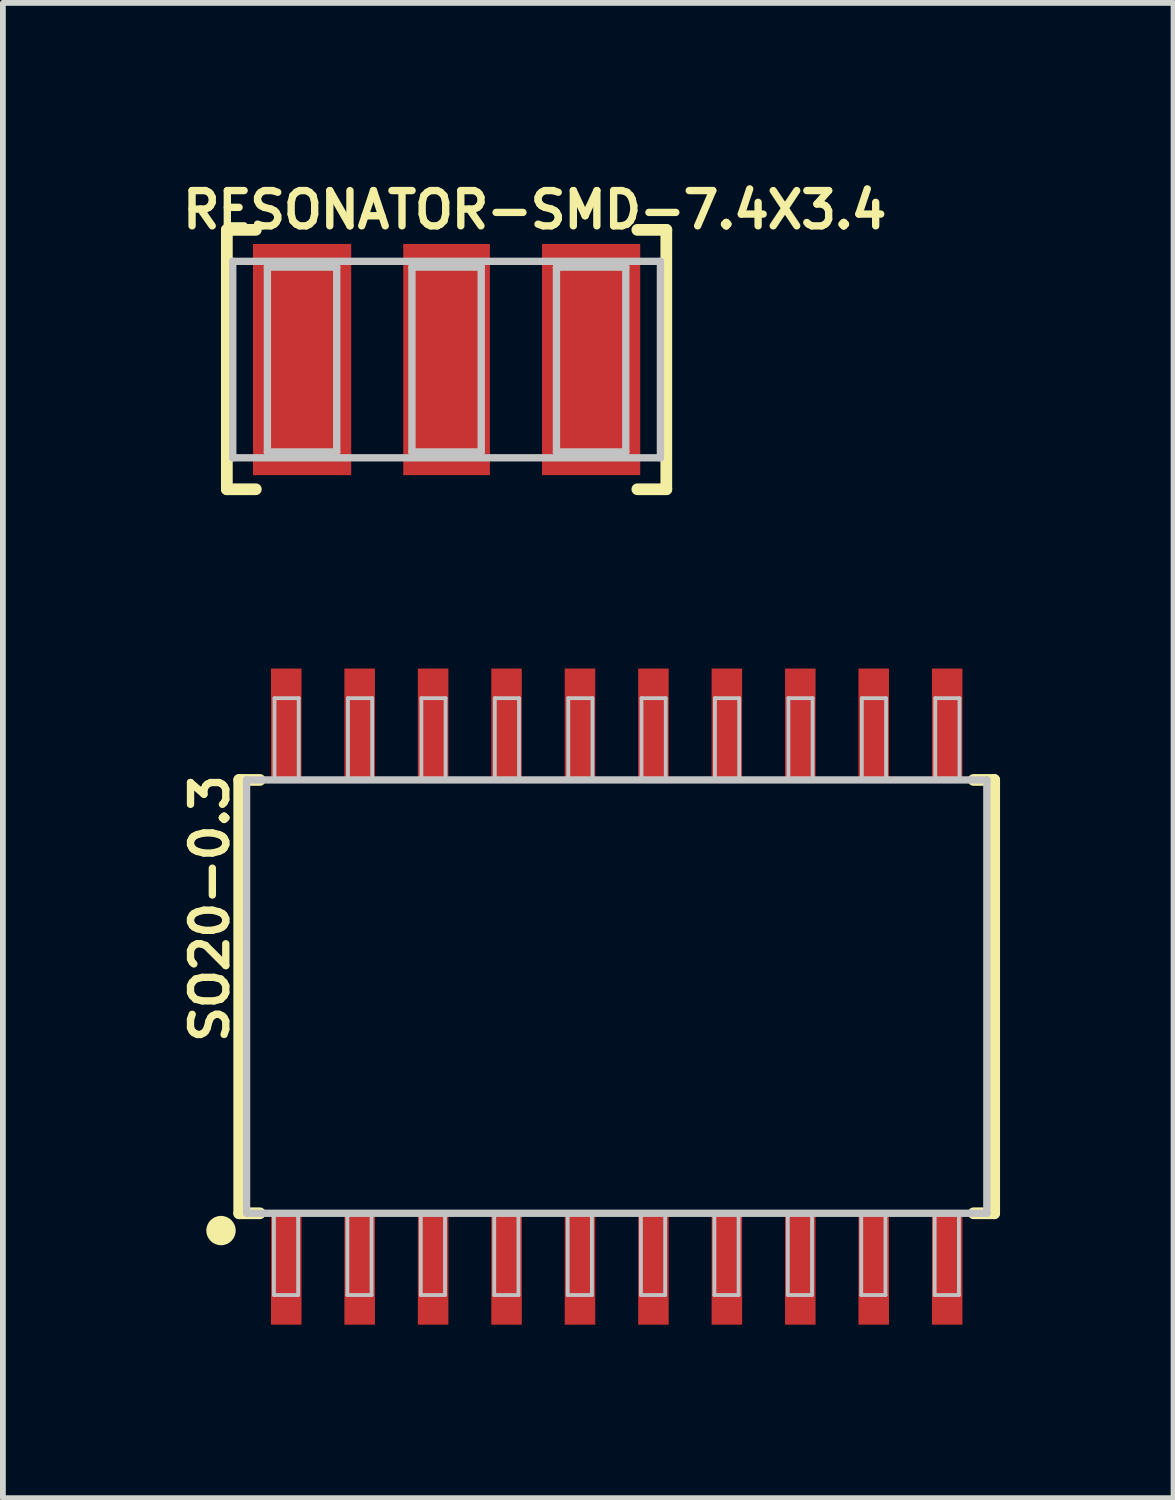
<source format=kicad_pcb>
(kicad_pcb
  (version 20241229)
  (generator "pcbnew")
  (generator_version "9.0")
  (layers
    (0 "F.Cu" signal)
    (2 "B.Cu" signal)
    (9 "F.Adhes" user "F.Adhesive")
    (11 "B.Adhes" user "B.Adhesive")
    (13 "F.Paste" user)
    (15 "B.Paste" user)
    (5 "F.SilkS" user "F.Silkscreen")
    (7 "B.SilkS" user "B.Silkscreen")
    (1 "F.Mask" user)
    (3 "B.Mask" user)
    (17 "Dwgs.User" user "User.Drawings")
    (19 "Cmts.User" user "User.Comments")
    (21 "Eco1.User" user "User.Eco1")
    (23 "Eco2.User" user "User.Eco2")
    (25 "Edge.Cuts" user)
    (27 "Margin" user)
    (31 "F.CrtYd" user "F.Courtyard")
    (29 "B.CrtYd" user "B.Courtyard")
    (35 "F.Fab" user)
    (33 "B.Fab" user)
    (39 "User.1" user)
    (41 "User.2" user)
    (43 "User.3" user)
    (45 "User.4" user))
  (footprint "RESONATOR-SMD-7.4X3.4"
    (layer "F.Cu")
    (at 4.673 3.168)
    (property "Reference" "RESONATOR-SMD-7.4X3.4" (at 1.524 -2.588 0) (layer "F.SilkS") (effects (font (size 0.61 0.61) (thickness 0.127))))
    (attr smd)
    (fp_line (start -3.8 -2.243) (end -3.8 2.243) (stroke (width 0.203) (type solid)) (layer "F.SilkS"))
    (fp_line (start -3.8 2.243) (end -3.299 2.243) (stroke (width 0.203) (type solid)) (layer "F.SilkS"))
    (fp_line (start -3.299 -2.243) (end -3.8 -2.243) (stroke (width 0.203) (type solid)) (layer "F.SilkS"))
    (fp_line (start 3.299 2.243) (end 3.8 2.243) (stroke (width 0.203) (type solid)) (layer "F.SilkS"))
    (fp_line (start 3.8 -2.243) (end 3.299 -2.243) (stroke (width 0.203) (type solid)) (layer "F.SilkS"))
    (fp_line (start 3.8 2.243) (end 3.8 -2.243) (stroke (width 0.203) (type solid)) (layer "F.SilkS"))
    (fp_line (start -3.698 -1.699) (end -3.698 1.699) (stroke (width 0.127) (type solid)) (layer "Dwgs.User"))
    (fp_line (start -3.698 1.699) (end 3.698 1.699) (stroke (width 0.127) (type solid)) (layer "Dwgs.User"))
    (fp_line (start -3.099 -1.598) (end -1.9 -1.598) (stroke (width 0.127) (type solid)) (layer "Dwgs.User"))
    (fp_line (start -3.099 1.598) (end -3.099 -1.598) (stroke (width 0.127) (type solid)) (layer "Dwgs.User"))
    (fp_line (start -1.9 -1.598) (end -1.9 1.598) (stroke (width 0.127) (type solid)) (layer "Dwgs.User"))
    (fp_line (start -1.9 1.598) (end -3.099 1.598) (stroke (width 0.127) (type solid)) (layer "Dwgs.User"))
    (fp_line (start -0.599 -1.598) (end 0.599 -1.598) (stroke (width 0.127) (type solid)) (layer "Dwgs.User"))
    (fp_line (start -0.599 1.598) (end -0.599 -1.598) (stroke (width 0.127) (type solid)) (layer "Dwgs.User"))
    (fp_line (start 0.599 -1.598) (end 0.599 1.598) (stroke (width 0.127) (type solid)) (layer "Dwgs.User"))
    (fp_line (start 0.599 1.598) (end -0.599 1.598) (stroke (width 0.127) (type solid)) (layer "Dwgs.User"))
    (fp_line (start 1.9 -1.598) (end 3.099 -1.598) (stroke (width 0.127) (type solid)) (layer "Dwgs.User"))
    (fp_line (start 1.9 1.598) (end 1.9 -1.598) (stroke (width 0.127) (type solid)) (layer "Dwgs.User"))
    (fp_line (start 3.099 -1.598) (end 3.099 1.598) (stroke (width 0.127) (type solid)) (layer "Dwgs.User"))
    (fp_line (start 3.099 1.598) (end 1.9 1.598) (stroke (width 0.127) (type solid)) (layer "Dwgs.User"))
    (fp_line (start 3.698 -1.699) (end -3.698 -1.699) (stroke (width 0.127) (type solid)) (layer "Dwgs.User"))
    (fp_line (start 3.698 1.699) (end 3.698 -1.699) (stroke (width 0.127) (type solid)) (layer "Dwgs.User"))
    (pad "1" smd rect (at -2.499 0 180) (size 1.699 3.998) (layers "F.Cu" "F.Mask" "F.Paste"))
    (pad "2" smd rect (at 0 0 180) (size 1.499 3.998) (layers "F.Cu" "F.Mask" "F.Paste"))
    (pad "3" smd rect (at 2.499 0 180) (size 1.699 3.998) (layers "F.Cu" "F.Mask" "F.Paste")))
  (footprint "SO20-0.3"
    (layer "F.Cu")
    (at 7.615 14.185)
    (property "Reference" "SO20-0.3" (at -7.036 -1.524 90) (layer "F.SilkS") (effects (font (size 0.61 0.61) (thickness 0.127))))
    (attr smd)
    (fp_line (start -6.528 -3.747) (end -6.528 3.747) (stroke (width 0.203) (type solid)) (layer "F.SilkS"))
    (fp_line (start -6.528 -3.747) (end -6.172 -3.747) (stroke (width 0.203) (type solid)) (layer "F.SilkS"))
    (fp_line (start -6.528 3.747) (end -6.172 3.747) (stroke (width 0.203) (type solid)) (layer "F.SilkS"))
    (fp_line (start 6.528 -3.747) (end 6.172 -3.747) (stroke (width 0.203) (type solid)) (layer "F.SilkS"))
    (fp_line (start 6.528 3.747) (end 6.172 3.747) (stroke (width 0.203) (type solid)) (layer "F.SilkS"))
    (fp_line (start 6.528 3.747) (end 6.528 -3.747) (stroke (width 0.203) (type solid)) (layer "F.SilkS"))
    (fp_circle (center -6.843 4.046) (end -6.843 3.792) (stroke (width 0) (type solid)) (fill yes) (layer "F.SilkS"))
    (fp_line (start -6.401 -3.747) (end -6.401 3.747) (stroke (width 0.127) (type solid)) (layer "Dwgs.User"))
    (fp_line (start -6.401 3.747) (end 6.401 3.747) (stroke (width 0.127) (type solid)) (layer "Dwgs.User"))
    (fp_line (start -5.928 3.747) (end -5.509 3.747) (stroke (width 0.066) (type solid)) (layer "Dwgs.User"))
    (fp_line (start -5.928 5.161) (end -5.928 3.747) (stroke (width 0.066) (type solid)) (layer "Dwgs.User"))
    (fp_line (start -5.928 5.161) (end -5.509 5.161) (stroke (width 0.066) (type solid)) (layer "Dwgs.User"))
    (fp_line (start -5.918 -5.161) (end -5.499 -5.161) (stroke (width 0.066) (type solid)) (layer "Dwgs.User"))
    (fp_line (start -5.918 -3.747) (end -5.918 -5.161) (stroke (width 0.066) (type solid)) (layer "Dwgs.User"))
    (fp_line (start -5.918 -3.747) (end -5.499 -3.747) (stroke (width 0.066) (type solid)) (layer "Dwgs.User"))
    (fp_line (start -5.509 5.161) (end -5.509 3.747) (stroke (width 0.066) (type solid)) (layer "Dwgs.User"))
    (fp_line (start -5.499 -3.747) (end -5.499 -5.161) (stroke (width 0.066) (type solid)) (layer "Dwgs.User"))
    (fp_line (start -4.658 3.747) (end -4.239 3.747) (stroke (width 0.066) (type solid)) (layer "Dwgs.User"))
    (fp_line (start -4.658 5.161) (end -4.658 3.747) (stroke (width 0.066) (type solid)) (layer "Dwgs.User"))
    (fp_line (start -4.658 5.161) (end -4.239 5.161) (stroke (width 0.066) (type solid)) (layer "Dwgs.User"))
    (fp_line (start -4.648 -5.161) (end -4.229 -5.161) (stroke (width 0.066) (type solid)) (layer "Dwgs.User"))
    (fp_line (start -4.648 -3.747) (end -4.648 -5.161) (stroke (width 0.066) (type solid)) (layer "Dwgs.User"))
    (fp_line (start -4.648 -3.747) (end -4.229 -3.747) (stroke (width 0.066) (type solid)) (layer "Dwgs.User"))
    (fp_line (start -4.239 5.161) (end -4.239 3.747) (stroke (width 0.066) (type solid)) (layer "Dwgs.User"))
    (fp_line (start -4.229 -3.747) (end -4.229 -5.161) (stroke (width 0.066) (type solid)) (layer "Dwgs.User"))
    (fp_line (start -3.388 3.747) (end -2.969 3.747) (stroke (width 0.066) (type solid)) (layer "Dwgs.User"))
    (fp_line (start -3.388 5.161) (end -3.388 3.747) (stroke (width 0.066) (type solid)) (layer "Dwgs.User"))
    (fp_line (start -3.388 5.161) (end -2.969 5.161) (stroke (width 0.066) (type solid)) (layer "Dwgs.User"))
    (fp_line (start -3.378 -5.161) (end -2.959 -5.161) (stroke (width 0.066) (type solid)) (layer "Dwgs.User"))
    (fp_line (start -3.378 -3.747) (end -3.378 -5.161) (stroke (width 0.066) (type solid)) (layer "Dwgs.User"))
    (fp_line (start -3.378 -3.747) (end -2.959 -3.747) (stroke (width 0.066) (type solid)) (layer "Dwgs.User"))
    (fp_line (start -2.969 5.161) (end -2.969 3.747) (stroke (width 0.066) (type solid)) (layer "Dwgs.User"))
    (fp_line (start -2.959 -3.747) (end -2.959 -5.161) (stroke (width 0.066) (type solid)) (layer "Dwgs.User"))
    (fp_line (start -2.118 3.747) (end -1.699 3.747) (stroke (width 0.066) (type solid)) (layer "Dwgs.User"))
    (fp_line (start -2.118 5.161) (end -2.118 3.747) (stroke (width 0.066) (type solid)) (layer "Dwgs.User"))
    (fp_line (start -2.118 5.161) (end -1.699 5.161) (stroke (width 0.066) (type solid)) (layer "Dwgs.User"))
    (fp_line (start -2.108 -5.161) (end -1.689 -5.161) (stroke (width 0.066) (type solid)) (layer "Dwgs.User"))
    (fp_line (start -2.108 -3.747) (end -2.108 -5.161) (stroke (width 0.066) (type solid)) (layer "Dwgs.User"))
    (fp_line (start -2.108 -3.747) (end -1.689 -3.747) (stroke (width 0.066) (type solid)) (layer "Dwgs.User"))
    (fp_line (start -1.699 5.161) (end -1.699 3.747) (stroke (width 0.066) (type solid)) (layer "Dwgs.User"))
    (fp_line (start -1.689 -3.747) (end -1.689 -5.161) (stroke (width 0.066) (type solid)) (layer "Dwgs.User"))
    (fp_line (start -0.848 3.747) (end -0.429 3.747) (stroke (width 0.066) (type solid)) (layer "Dwgs.User"))
    (fp_line (start -0.848 5.161) (end -0.848 3.747) (stroke (width 0.066) (type solid)) (layer "Dwgs.User"))
    (fp_line (start -0.848 5.161) (end -0.429 5.161) (stroke (width 0.066) (type solid)) (layer "Dwgs.User"))
    (fp_line (start -0.838 -5.161) (end -0.419 -5.161) (stroke (width 0.066) (type solid)) (layer "Dwgs.User"))
    (fp_line (start -0.838 -3.747) (end -0.838 -5.161) (stroke (width 0.066) (type solid)) (layer "Dwgs.User"))
    (fp_line (start -0.838 -3.747) (end -0.419 -3.747) (stroke (width 0.066) (type solid)) (layer "Dwgs.User"))
    (fp_line (start -0.429 5.161) (end -0.429 3.747) (stroke (width 0.066) (type solid)) (layer "Dwgs.User"))
    (fp_line (start -0.419 -3.747) (end -0.419 -5.161) (stroke (width 0.066) (type solid)) (layer "Dwgs.User"))
    (fp_line (start 0.419 3.747) (end 0.838 3.747) (stroke (width 0.066) (type solid)) (layer "Dwgs.User"))
    (fp_line (start 0.419 5.161) (end 0.419 3.747) (stroke (width 0.066) (type solid)) (layer "Dwgs.User"))
    (fp_line (start 0.419 5.161) (end 0.838 5.161) (stroke (width 0.066) (type solid)) (layer "Dwgs.User"))
    (fp_line (start 0.429 -5.161) (end 0.848 -5.161) (stroke (width 0.066) (type solid)) (layer "Dwgs.User"))
    (fp_line (start 0.429 -3.747) (end 0.429 -5.161) (stroke (width 0.066) (type solid)) (layer "Dwgs.User"))
    (fp_line (start 0.429 -3.747) (end 0.848 -3.747) (stroke (width 0.066) (type solid)) (layer "Dwgs.User"))
    (fp_line (start 0.838 5.161) (end 0.838 3.747) (stroke (width 0.066) (type solid)) (layer "Dwgs.User"))
    (fp_line (start 0.848 -3.747) (end 0.848 -5.161) (stroke (width 0.066) (type solid)) (layer "Dwgs.User"))
    (fp_line (start 1.689 3.747) (end 2.108 3.747) (stroke (width 0.066) (type solid)) (layer "Dwgs.User"))
    (fp_line (start 1.689 5.161) (end 1.689 3.747) (stroke (width 0.066) (type solid)) (layer "Dwgs.User"))
    (fp_line (start 1.689 5.161) (end 2.108 5.161) (stroke (width 0.066) (type solid)) (layer "Dwgs.User"))
    (fp_line (start 1.699 -5.161) (end 2.118 -5.161) (stroke (width 0.066) (type solid)) (layer "Dwgs.User"))
    (fp_line (start 1.699 -3.747) (end 1.699 -5.161) (stroke (width 0.066) (type solid)) (layer "Dwgs.User"))
    (fp_line (start 1.699 -3.747) (end 2.118 -3.747) (stroke (width 0.066) (type solid)) (layer "Dwgs.User"))
    (fp_line (start 2.108 5.161) (end 2.108 3.747) (stroke (width 0.066) (type solid)) (layer "Dwgs.User"))
    (fp_line (start 2.118 -3.747) (end 2.118 -5.161) (stroke (width 0.066) (type solid)) (layer "Dwgs.User"))
    (fp_line (start 2.959 3.747) (end 3.378 3.747) (stroke (width 0.066) (type solid)) (layer "Dwgs.User"))
    (fp_line (start 2.959 5.161) (end 2.959 3.747) (stroke (width 0.066) (type solid)) (layer "Dwgs.User"))
    (fp_line (start 2.959 5.161) (end 3.378 5.161) (stroke (width 0.066) (type solid)) (layer "Dwgs.User"))
    (fp_line (start 2.969 -5.161) (end 3.388 -5.161) (stroke (width 0.066) (type solid)) (layer "Dwgs.User"))
    (fp_line (start 2.969 -3.747) (end 2.969 -5.161) (stroke (width 0.066) (type solid)) (layer "Dwgs.User"))
    (fp_line (start 2.969 -3.747) (end 3.388 -3.747) (stroke (width 0.066) (type solid)) (layer "Dwgs.User"))
    (fp_line (start 3.378 5.161) (end 3.378 3.747) (stroke (width 0.066) (type solid)) (layer "Dwgs.User"))
    (fp_line (start 3.388 -3.747) (end 3.388 -5.161) (stroke (width 0.066) (type solid)) (layer "Dwgs.User"))
    (fp_line (start 4.229 3.747) (end 4.648 3.747) (stroke (width 0.066) (type solid)) (layer "Dwgs.User"))
    (fp_line (start 4.229 5.161) (end 4.229 3.747) (stroke (width 0.066) (type solid)) (layer "Dwgs.User"))
    (fp_line (start 4.229 5.161) (end 4.648 5.161) (stroke (width 0.066) (type solid)) (layer "Dwgs.User"))
    (fp_line (start 4.239 -5.161) (end 4.658 -5.161) (stroke (width 0.066) (type solid)) (layer "Dwgs.User"))
    (fp_line (start 4.239 -3.747) (end 4.239 -5.161) (stroke (width 0.066) (type solid)) (layer "Dwgs.User"))
    (fp_line (start 4.239 -3.747) (end 4.658 -3.747) (stroke (width 0.066) (type solid)) (layer "Dwgs.User"))
    (fp_line (start 4.648 5.161) (end 4.648 3.747) (stroke (width 0.066) (type solid)) (layer "Dwgs.User"))
    (fp_line (start 4.658 -3.747) (end 4.658 -5.161) (stroke (width 0.066) (type solid)) (layer "Dwgs.User"))
    (fp_line (start 5.499 3.747) (end 5.918 3.747) (stroke (width 0.066) (type solid)) (layer "Dwgs.User"))
    (fp_line (start 5.499 5.161) (end 5.499 3.747) (stroke (width 0.066) (type solid)) (layer "Dwgs.User"))
    (fp_line (start 5.499 5.161) (end 5.918 5.161) (stroke (width 0.066) (type solid)) (layer "Dwgs.User"))
    (fp_line (start 5.509 -5.161) (end 5.928 -5.161) (stroke (width 0.066) (type solid)) (layer "Dwgs.User"))
    (fp_line (start 5.509 -3.747) (end 5.509 -5.161) (stroke (width 0.066) (type solid)) (layer "Dwgs.User"))
    (fp_line (start 5.509 -3.747) (end 5.928 -3.747) (stroke (width 0.066) (type solid)) (layer "Dwgs.User"))
    (fp_line (start 5.918 5.161) (end 5.918 3.747) (stroke (width 0.066) (type solid)) (layer "Dwgs.User"))
    (fp_line (start 5.928 -3.747) (end 5.928 -5.161) (stroke (width 0.066) (type solid)) (layer "Dwgs.User"))
    (fp_line (start 6.401 -3.747) (end -6.401 -3.747) (stroke (width 0.127) (type solid)) (layer "Dwgs.User"))
    (fp_line (start 6.401 3.747) (end 6.401 -3.747) (stroke (width 0.127) (type solid)) (layer "Dwgs.User"))
    (pad "1" smd rect (at -5.715 4.684 180) (size 0.528 1.979) (layers "F.Cu" "F.Mask" "F.Paste"))
    (pad "2" smd rect (at -4.445 4.684 180) (size 0.528 1.979) (layers "F.Cu" "F.Mask" "F.Paste"))
    (pad "3" smd rect (at -3.175 4.684 180) (size 0.528 1.979) (layers "F.Cu" "F.Mask" "F.Paste"))
    (pad "4" smd rect (at -1.905 4.684 180) (size 0.528 1.979) (layers "F.Cu" "F.Mask" "F.Paste"))
    (pad "5" smd rect (at -0.635 4.684 180) (size 0.528 1.979) (layers "F.Cu" "F.Mask" "F.Paste"))
    (pad "6" smd rect (at 0.635 4.684 180) (size 0.528 1.979) (layers "F.Cu" "F.Mask" "F.Paste"))
    (pad "7" smd rect (at 1.905 4.684 180) (size 0.528 1.979) (layers "F.Cu" "F.Mask" "F.Paste"))
    (pad "8" smd rect (at 3.175 4.684 180) (size 0.528 1.979) (layers "F.Cu" "F.Mask" "F.Paste"))
    (pad "9" smd rect (at 4.445 4.684 180) (size 0.528 1.979) (layers "F.Cu" "F.Mask" "F.Paste"))
    (pad "10" smd rect (at 5.715 4.684 180) (size 0.528 1.979) (layers "F.Cu" "F.Mask" "F.Paste"))
    (pad "11" smd rect (at 5.715 -4.684 180) (size 0.528 1.979) (layers "F.Cu" "F.Mask" "F.Paste"))
    (pad "12" smd rect (at 4.445 -4.684 180) (size 0.528 1.979) (layers "F.Cu" "F.Mask" "F.Paste"))
    (pad "13" smd rect (at 3.175 -4.684 180) (size 0.528 1.979) (layers "F.Cu" "F.Mask" "F.Paste"))
    (pad "14" smd rect (at 1.905 -4.684 180) (size 0.528 1.979) (layers "F.Cu" "F.Mask" "F.Paste"))
    (pad "15" smd rect (at 0.635 -4.684 180) (size 0.528 1.979) (layers "F.Cu" "F.Mask" "F.Paste"))
    (pad "16" smd rect (at -0.635 -4.684 180) (size 0.528 1.979) (layers "F.Cu" "F.Mask" "F.Paste"))
    (pad "17" smd rect (at -1.905 -4.684 180) (size 0.528 1.979) (layers "F.Cu" "F.Mask" "F.Paste"))
    (pad "18" smd rect (at -3.175 -4.684 180) (size 0.528 1.979) (layers "F.Cu" "F.Mask" "F.Paste"))
    (pad "19" smd rect (at -4.445 -4.684 180) (size 0.528 1.979) (layers "F.Cu" "F.Mask" "F.Paste"))
    (pad "20" smd rect (at -5.715 -4.684 180) (size 0.528 1.979) (layers "F.Cu" "F.Mask" "F.Paste")))
  (gr_rect
    (start -3 -3)
    (end 17.245 22.858)
    (stroke (width 0.1) (type default))
    (fill no)
    (layer "Edge.Cuts")))
</source>
